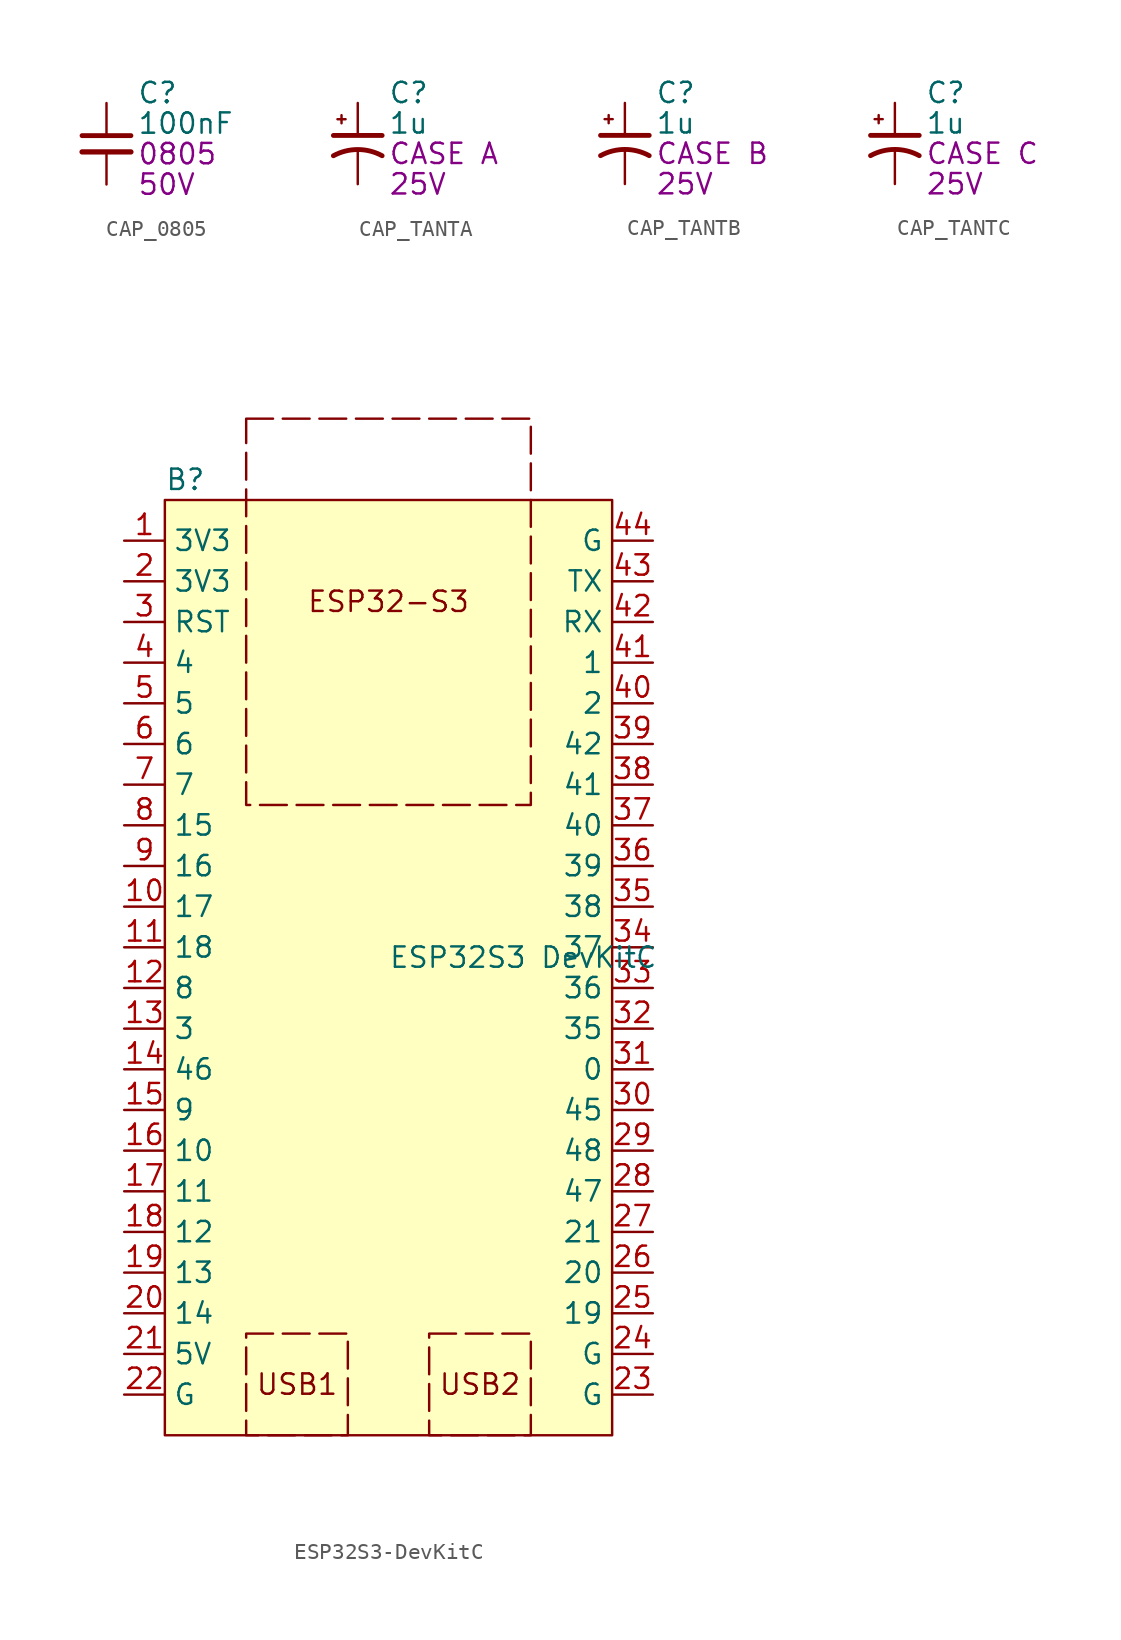
<source format=kicad_sym>
(kicad_symbol_lib
  (version 20231120)
  (generator "kicad_symbol_editor")
  (generator_version "8.0")
  (symbol "CAP_0805"
    (pin_numbers hide)
    (property "Reference" "C"
      (at 1.905 0.635 0)
      (effects (font (size 1.27 1.27)) (justify left)))
    (property "Value" "100nF"
      (at 1.905 -1.27 0)
      (effects (font (size 1.27 1.27)) (justify left)))
    (property "Package" "0805"
      (at 1.905 -3.175 0)
      (effects (font (size 1.27 1.27)) (justify left)))
    (property "Voltage" "50V"
      (at 1.905 -5.08 0)
      (effects (font (size 1.27 1.27)) (justify left)))
    (symbol "CAP_0805_0_1"
      (polyline (pts (xy -1.524 -3.048) (xy 1.524 -3.048)) (stroke (width 0.33) (type default)) (fill (type none)))
      (polyline (pts (xy -1.524 -2.032) (xy 1.524 -2.032)) (stroke (width 0.305) (type default)) (fill (type none))))
    (symbol "CAP_0805_1_1"
      (pin passive line (at 0 0 270) (length 2.032) (name "~" (effects (font (size 1.27 1.27)))) (number "1" (effects (font (size 1.27 1.27)))))
      (pin passive line (at 0 -5.08 90) (length 2.032) (name "~" (effects (font (size 1.27 1.27)))) (number "2" (effects (font (size 1.27 1.27)))))))
  (symbol "CAP_TANTA"
    (pin_numbers hide)
    (pin_names
      (offset 0.254) hide)
    (property "Reference" "C"
      (at 1.905 0.635 0)
      (effects (font (size 1.27 1.27)) (justify left)))
    (property "Value" "1u"
      (at 1.905 -1.27 0)
      (effects (font (size 1.27 1.27)) (justify left)))
    (property "Package" "CASE A"
      (at 1.905 -3.175 0)
      (effects (font (size 1.27 1.27)) (justify left)))
    (property "Voltage" "25V"
      (at 1.905 -5.08 0)
      (effects (font (size 1.27 1.27)) (justify left)))
    (symbol "CAP_TANTA_0_1"
      (polyline (pts (xy -1.524 -2.032) (xy 1.524 -2.032)) (stroke (width 0.305) (type default)) (fill (type none)))
      (polyline (pts (xy -1.27 -1.016) (xy -0.762 -1.016)) (stroke (width 0) (type default)) (fill (type none)))
      (polyline (pts (xy -1.016 -1.27) (xy -1.016 -0.762)) (stroke (width 0) (type default)) (fill (type none)))
      (arc (start 1.524 -3.302) (mid 0 -2.9134) (end -1.524 -3.302) (stroke (width 0.3048) (type default)) (fill (type none))))
    (symbol "CAP_TANTA_1_1"
      (pin passive line (at 0 0 270) (length 2.032) (name "~" (effects (font (size 1.27 1.27)))) (number "1" (effects (font (size 1.27 1.27)))))
      (pin passive line (at 0 -5.08 90) (length 2.032) (name "~" (effects (font (size 1.27 1.27)))) (number "2" (effects (font (size 1.27 1.27)))))))
  (symbol "CAP_TANTB"
    (pin_numbers hide)
    (pin_names
      (offset 0.254) hide)
    (property "Reference" "C"
      (at 1.905 0.635 0)
      (effects (font (size 1.27 1.27)) (justify left)))
    (property "Value" "1u"
      (at 1.905 -1.27 0)
      (effects (font (size 1.27 1.27)) (justify left)))
    (property "Package" "CASE B"
      (at 1.905 -3.175 0)
      (effects (font (size 1.27 1.27)) (justify left)))
    (property "Voltage" "25V"
      (at 1.905 -5.08 0)
      (effects (font (size 1.27 1.27)) (justify left)))
    (symbol "CAP_TANTB_0_1"
      (polyline (pts (xy -1.524 -2.032) (xy 1.524 -2.032)) (stroke (width 0.305) (type default)) (fill (type none)))
      (polyline (pts (xy -1.27 -1.016) (xy -0.762 -1.016)) (stroke (width 0) (type default)) (fill (type none)))
      (polyline (pts (xy -1.016 -1.27) (xy -1.016 -0.762)) (stroke (width 0) (type default)) (fill (type none)))
      (arc (start 1.524 -3.302) (mid 0 -2.9134) (end -1.524 -3.302) (stroke (width 0.3048) (type default)) (fill (type none))))
    (symbol "CAP_TANTB_1_1"
      (pin passive line (at 0 0 270) (length 2.032) (name "~" (effects (font (size 1.27 1.27)))) (number "1" (effects (font (size 1.27 1.27)))))
      (pin passive line (at 0 -5.08 90) (length 2.032) (name "~" (effects (font (size 1.27 1.27)))) (number "2" (effects (font (size 1.27 1.27)))))))
  (symbol "CAP_TANTC"
    (pin_numbers hide)
    (pin_names
      (offset 0.254) hide)
    (property "Reference" "C"
      (at 1.905 0.635 0)
      (effects (font (size 1.27 1.27)) (justify left)))
    (property "Value" "1u"
      (at 1.905 -1.27 0)
      (effects (font (size 1.27 1.27)) (justify left)))
    (property "Package" "CASE C"
      (at 1.905 -3.175 0)
      (effects (font (size 1.27 1.27)) (justify left)))
    (property "Voltage" "25V"
      (at 1.905 -5.08 0)
      (effects (font (size 1.27 1.27)) (justify left)))
    (symbol "CAP_TANTC_0_1"
      (polyline (pts (xy -1.524 -2.032) (xy 1.524 -2.032)) (stroke (width 0.305) (type default)) (fill (type none)))
      (polyline (pts (xy -1.27 -1.016) (xy -0.762 -1.016)) (stroke (width 0) (type default)) (fill (type none)))
      (polyline (pts (xy -1.016 -1.27) (xy -1.016 -0.762)) (stroke (width 0) (type default)) (fill (type none)))
      (arc (start 1.524 -3.302) (mid 0 -2.9134) (end -1.524 -3.302) (stroke (width 0.3048) (type default)) (fill (type none))))
    (symbol "CAP_TANTC_1_1"
      (pin passive line (at 0 0 270) (length 2.032) (name "~" (effects (font (size 1.27 1.27)))) (number "1" (effects (font (size 1.27 1.27)))))
      (pin passive line (at 0 -5.08 90) (length 2.032) (name "~" (effects (font (size 1.27 1.27)))) (number "2" (effects (font (size 1.27 1.27)))))))
  (symbol "ESP32S3-DevKitC"
    (property "Reference" "B"
      (at -13.97 30.48 0)
      (effects (font (size 1.27 1.27)) (justify left)))
    (property "Value" "ESP32S3 DevKitC"
      (at 0 0.635 0)
      (effects (font (size 1.27 1.27)) (justify left)))
    (symbol "ESP32S3-DevKitC_1_1"
      (rectangle (start -13.97 29.21) (end 13.97 -29.21) (stroke (width 0) (type default)) (fill (type background)))
      (rectangle (start -8.89 -22.86) (end -2.54 -29.21) (stroke (width 0) (type dash)) (fill (type none)))
      (rectangle (start -8.89 34.29) (end 8.89 10.16) (stroke (width 0) (type dash)) (fill (type none)))
      (rectangle (start 2.54 -22.86) (end 8.89 -29.21) (stroke (width 0) (type dash)) (fill (type none)))
      (text "ESP32-S3" (at 0 22.86 0) (effects (font (size 1.27 1.27))))
      (text "USB1" (at -5.715 -26.035 0) (effects (font (size 1.27 1.27))))
      (text "USB2" (at 5.715 -26.035 0) (effects (font (size 1.27 1.27))))
      (pin power_out line (at -16.51 26.67 0) (length 2.54) (name "3V3" (effects (font (size 1.27 1.27)))) (number "1" (effects (font (size 1.27 1.27)))))
      (pin bidirectional line (at -16.51 3.81 0) (length 2.54) (name "17" (effects (font (size 1.27 1.27)))) (number "10" (effects (font (size 1.27 1.27)))))
      (pin bidirectional line (at -16.51 1.27 0) (length 2.54) (name "18" (effects (font (size 1.27 1.27)))) (number "11" (effects (font (size 1.27 1.27)))))
      (pin bidirectional line (at -16.51 -1.27 0) (length 2.54) (name "8" (effects (font (size 1.27 1.27)))) (number "12" (effects (font (size 1.27 1.27)))))
      (pin bidirectional line (at -16.51 -3.81 0) (length 2.54) (name "3" (effects (font (size 1.27 1.27)))) (number "13" (effects (font (size 1.27 1.27)))))
      (pin bidirectional line (at -16.51 -6.35 0) (length 2.54) (name "46" (effects (font (size 1.27 1.27)))) (number "14" (effects (font (size 1.27 1.27)))))
      (pin bidirectional line (at -16.51 -8.89 0) (length 2.54) (name "9" (effects (font (size 1.27 1.27)))) (number "15" (effects (font (size 1.27 1.27)))))
      (pin bidirectional line (at -16.51 -11.43 0) (length 2.54) (name "10" (effects (font (size 1.27 1.27)))) (number "16" (effects (font (size 1.27 1.27)))))
      (pin bidirectional line (at -16.51 -13.97 0) (length 2.54) (name "11" (effects (font (size 1.27 1.27)))) (number "17" (effects (font (size 1.27 1.27)))))
      (pin bidirectional line (at -16.51 -16.51 0) (length 2.54) (name "12" (effects (font (size 1.27 1.27)))) (number "18" (effects (font (size 1.27 1.27)))))
      (pin bidirectional line (at -16.51 -19.05 0) (length 2.54) (name "13" (effects (font (size 1.27 1.27)))) (number "19" (effects (font (size 1.27 1.27)))))
      (pin power_out line (at -16.51 24.13 0) (length 2.54) (name "3V3" (effects (font (size 1.27 1.27)))) (number "2" (effects (font (size 1.27 1.27)))))
      (pin bidirectional line (at -16.51 -21.59 0) (length 2.54) (name "14" (effects (font (size 1.27 1.27)))) (number "20" (effects (font (size 1.27 1.27)))))
      (pin power_out line (at -16.51 -24.13 0) (length 2.54) (name "5V" (effects (font (size 1.27 1.27)))) (number "21" (effects (font (size 1.27 1.27)))))
      (pin power_out line (at -16.51 -26.67 0) (length 2.54) (name "G" (effects (font (size 1.27 1.27)))) (number "22" (effects (font (size 1.27 1.27)))))
      (pin bidirectional line (at 16.51 -26.67 180) (length 2.54) (name "G" (effects (font (size 1.27 1.27)))) (number "23" (effects (font (size 1.27 1.27)))))
      (pin bidirectional line (at 16.51 -24.13 180) (length 2.54) (name "G" (effects (font (size 1.27 1.27)))) (number "24" (effects (font (size 1.27 1.27)))))
      (pin bidirectional line (at 16.51 -21.59 180) (length 2.54) (name "19" (effects (font (size 1.27 1.27)))) (number "25" (effects (font (size 1.27 1.27)))))
      (pin bidirectional line (at 16.51 -19.05 180) (length 2.54) (name "20" (effects (font (size 1.27 1.27)))) (number "26" (effects (font (size 1.27 1.27)))))
      (pin bidirectional line (at 16.51 -16.51 180) (length 2.54) (name "21" (effects (font (size 1.27 1.27)))) (number "27" (effects (font (size 1.27 1.27)))))
      (pin bidirectional line (at 16.51 -13.97 180) (length 2.54) (name "47" (effects (font (size 1.27 1.27)))) (number "28" (effects (font (size 1.27 1.27)))))
      (pin bidirectional line (at 16.51 -11.43 180) (length 2.54) (name "48" (effects (font (size 1.27 1.27)))) (number "29" (effects (font (size 1.27 1.27)))))
      (pin input line (at -16.51 21.59 0) (length 2.54) (name "RST" (effects (font (size 1.27 1.27)))) (number "3" (effects (font (size 1.27 1.27)))))
      (pin bidirectional line (at 16.51 -8.89 180) (length 2.54) (name "45" (effects (font (size 1.27 1.27)))) (number "30" (effects (font (size 1.27 1.27)))))
      (pin bidirectional line (at 16.51 -6.35 180) (length 2.54) (name "0" (effects (font (size 1.27 1.27)))) (number "31" (effects (font (size 1.27 1.27)))))
      (pin bidirectional line (at 16.51 -3.81 180) (length 2.54) (name "35" (effects (font (size 1.27 1.27)))) (number "32" (effects (font (size 1.27 1.27)))))
      (pin bidirectional line (at 16.51 -1.27 180) (length 2.54) (name "36" (effects (font (size 1.27 1.27)))) (number "33" (effects (font (size 1.27 1.27)))))
      (pin bidirectional line (at 16.51 1.27 180) (length 2.54) (name "37" (effects (font (size 1.27 1.27)))) (number "34" (effects (font (size 1.27 1.27)))))
      (pin bidirectional line (at 16.51 3.81 180) (length 2.54) (name "38" (effects (font (size 1.27 1.27)))) (number "35" (effects (font (size 1.27 1.27)))))
      (pin bidirectional line (at 16.51 6.35 180) (length 2.54) (name "39" (effects (font (size 1.27 1.27)))) (number "36" (effects (font (size 1.27 1.27)))))
      (pin bidirectional line (at 16.51 8.89 180) (length 2.54) (name "40" (effects (font (size 1.27 1.27)))) (number "37" (effects (font (size 1.27 1.27)))))
      (pin bidirectional line (at 16.51 11.43 180) (length 2.54) (name "41" (effects (font (size 1.27 1.27)))) (number "38" (effects (font (size 1.27 1.27)))))
      (pin bidirectional line (at 16.51 13.97 180) (length 2.54) (name "42" (effects (font (size 1.27 1.27)))) (number "39" (effects (font (size 1.27 1.27)))))
      (pin bidirectional line (at -16.51 19.05 0) (length 2.54) (name "4" (effects (font (size 1.27 1.27)))) (number "4" (effects (font (size 1.27 1.27)))))
      (pin bidirectional line (at 16.51 16.51 180) (length 2.54) (name "2" (effects (font (size 1.27 1.27)))) (number "40" (effects (font (size 1.27 1.27)))))
      (pin bidirectional line (at 16.51 19.05 180) (length 2.54) (name "1" (effects (font (size 1.27 1.27)))) (number "41" (effects (font (size 1.27 1.27)))))
      (pin bidirectional line (at 16.51 21.59 180) (length 2.54) (name "RX" (effects (font (size 1.27 1.27)))) (number "42" (effects (font (size 1.27 1.27)))))
      (pin bidirectional line (at 16.51 24.13 180) (length 2.54) (name "TX" (effects (font (size 1.27 1.27)))) (number "43" (effects (font (size 1.27 1.27)))))
      (pin bidirectional line (at 16.51 26.67 180) (length 2.54) (name "G" (effects (font (size 1.27 1.27)))) (number "44" (effects (font (size 1.27 1.27)))))
      (pin bidirectional line (at -16.51 16.51 0) (length 2.54) (name "5" (effects (font (size 1.27 1.27)))) (number "5" (effects (font (size 1.27 1.27)))))
      (pin bidirectional line (at -16.51 13.97 0) (length 2.54) (name "6" (effects (font (size 1.27 1.27)))) (number "6" (effects (font (size 1.27 1.27)))))
      (pin bidirectional line (at -16.51 11.43 0) (length 2.54) (name "7" (effects (font (size 1.27 1.27)))) (number "7" (effects (font (size 1.27 1.27)))))
      (pin bidirectional line (at -16.51 8.89 0) (length 2.54) (name "15" (effects (font (size 1.27 1.27)))) (number "8" (effects (font (size 1.27 1.27)))))
      (pin bidirectional line (at -16.51 6.35 0) (length 2.54) (name "16" (effects (font (size 1.27 1.27)))) (number "9" (effects (font (size 1.27 1.27))))))))
</source>
